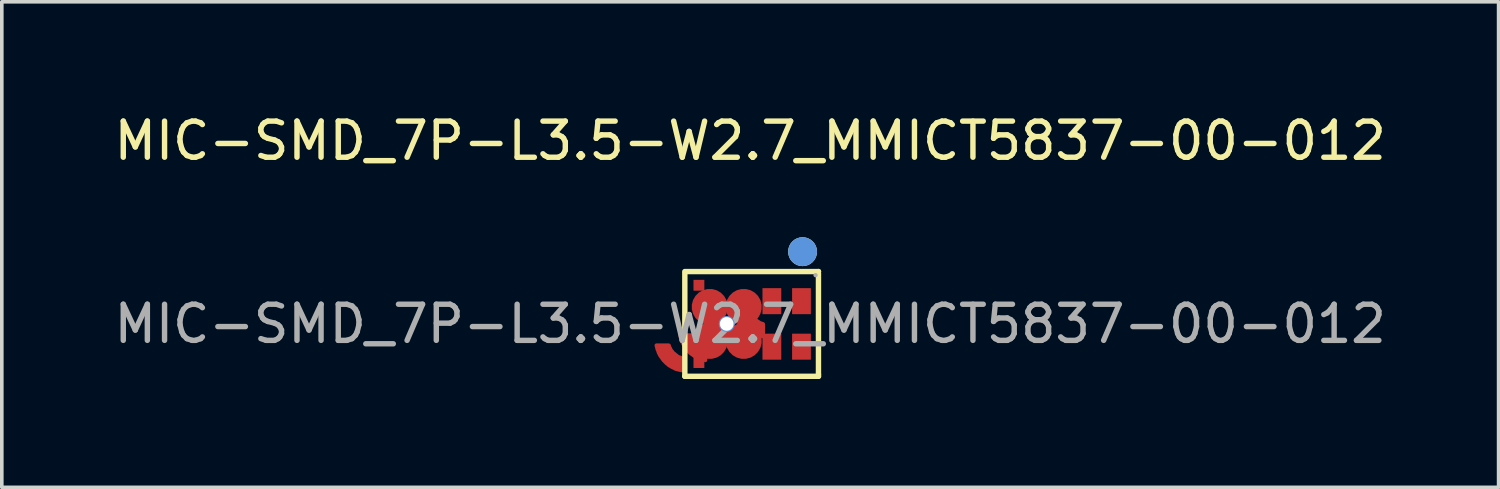
<source format=kicad_pcb>
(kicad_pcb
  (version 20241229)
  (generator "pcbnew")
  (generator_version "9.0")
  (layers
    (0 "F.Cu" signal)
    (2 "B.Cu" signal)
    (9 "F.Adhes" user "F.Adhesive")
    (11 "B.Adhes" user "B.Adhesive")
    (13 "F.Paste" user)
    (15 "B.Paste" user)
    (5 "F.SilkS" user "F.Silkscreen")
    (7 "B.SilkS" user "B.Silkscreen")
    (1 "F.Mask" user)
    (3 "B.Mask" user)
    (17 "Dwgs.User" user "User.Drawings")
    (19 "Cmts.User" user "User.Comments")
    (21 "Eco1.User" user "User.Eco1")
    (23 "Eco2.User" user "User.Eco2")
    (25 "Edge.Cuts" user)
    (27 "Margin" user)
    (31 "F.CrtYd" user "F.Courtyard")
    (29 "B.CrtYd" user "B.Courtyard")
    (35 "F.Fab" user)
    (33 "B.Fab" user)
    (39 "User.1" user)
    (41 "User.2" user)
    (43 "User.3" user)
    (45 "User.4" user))
  (footprint "MIC-SMD_7P-L3.5-W2.7_MMICT5837-00-012"
    (layer "F.Cu")
    (at 17.72 5.918)
    (property "Reference" "MIC-SMD_7P-L3.5-W2.7_MMICT5837-00-012" (at 0 -5.07 0) (layer "F.SilkS") (effects (font (size 1 1) (thickness 0.15))))
    (attr smd)
    (fp_line (start -1.81 -1.45) (end 1.89 -1.45) (stroke (width 0.15) (type solid)) (layer "F.SilkS"))
    (fp_line (start -1.81 -1.4) (end -1.81 1.45) (stroke (width 0.15) (type solid)) (layer "F.SilkS"))
    (fp_line (start -1.81 1.45) (end 1.89 1.45) (stroke (width 0.15) (type solid)) (layer "F.SilkS"))
    (fp_line (start 1.89 -1.45) (end 1.89 -1.45) (stroke (width 0.15) (type solid)) (layer "F.SilkS"))
    (fp_line (start 1.89 1.4) (end 1.89 -1.4) (stroke (width 0.15) (type solid)) (layer "F.SilkS"))
    (fp_line (start 1.89 1.45) (end 1.89 1.4) (stroke (width 0.15) (type solid)) (layer "F.SilkS"))
    (fp_circle (center 1.45 -2) (end 1.65 -2) (stroke (width 0.4) (type solid)) (fill no) (layer "F.SilkS"))
    (fp_circle (center -0.65 0) (end -0.58 0) (stroke (width 0.15) (type solid)) (fill no) (layer "Cmts.User"))
    (fp_circle (center 1.45 -2) (end 1.65 -2) (stroke (width 0.4) (type solid)) (fill no) (layer "Cmts.User"))
    (fp_circle (center 1.81 -1.35) (end 1.84 -1.35) (stroke (width 0.06) (type solid)) (fill no) (layer "F.Fab"))
    (fp_text user "${REFERENCE}" (at 0 0 0) (layer "F.Fab") (effects (font (size 1 1) (thickness 0.15))))
    (pad "" thru_hole circle (at -0.65 0) (size 0.38 0.38) (drill 0.38) (layers "*.Cu" "*.Mask"))
    (pad "1" smd rect (at 1.42 -0.63) (size 0.52 0.72) (layers "F.Cu" "F.Mask" "F.Paste"))
    (pad "2" smd rect (at 0.6 -0.63) (size 0.52 0.72) (layers "F.Cu" "F.Mask" "F.Paste"))
    (pad "3" smd custom (at -1.12 -0.47 90) (size 1 1) (layers "F.Cu" "F.Mask" "F.Paste") (options (anchor circle)) (primitives (gr_poly (pts (xy -0.82 -0.81) (xy -0.78 -0.82) (xy -0.78 -0.47) (xy -0.81 -0.46) (xy -0.84 -0.45) (xy -0.87 -0.44) (xy -0.9 -0.42) (xy -0.92 -0.4) (xy -0.95 -0.38) (xy -0.98 -0.36) (xy -1 -0.34) (xy -1.02 -0.32) (xy -1.04 -0.29) (xy -1.06 -0.27) (xy -1.08 -0.24) (xy -1.09 -0.21) (xy -1.11 -0.18) (xy -1.12 -0.15) (xy -1.13 -0.12) (xy -1.48 -0.12) (xy -1.47 -0.16) (xy -1.46 -0.2) (xy -1.45 -0.24) (xy -1.43 -0.28) (xy -1.42 -0.32) (xy -1.4 -0.36) (xy -1.38 -0.4) (xy -1.36 -0.43) (xy -1.33 -0.47) (xy -1.31 -0.5) (xy -1.28 -0.54) (xy -1.25 -0.57) (xy -1.22 -0.6) (xy -1.19 -0.63) (xy -1.16 -0.65) (xy -1.13 -0.68) (xy -1.09 -0.7) (xy -1.06 -0.72) (xy -1.02 -0.74) (xy -0.98 -0.76) (xy -0.94 -0.78) (xy -0.9 -0.79) (xy -0.86 -0.8) (xy -0.82 -0.81)) (width 0.1) (fill yes))))
    (pad "3" smd custom (at -1.12 0.47) (size 1 1) (layers "F.Cu" "F.Mask" "F.Paste") (options (anchor circle)) (primitives (gr_poly (pts (xy -1.47 0.16) (xy -1.48 0.12) (xy -1.13 0.12) (xy -1.12 0.15) (xy -1.11 0.18) (xy -1.09 0.21) (xy -1.08 0.24) (xy -1.06 0.27) (xy -1.04 0.29) (xy -1.02 0.32) (xy -1 0.34) (xy -0.97 0.36) (xy -0.95 0.38) (xy -0.92 0.4) (xy -0.9 0.42) (xy -0.87 0.44) (xy -0.84 0.45) (xy -0.81 0.46) (xy -0.78 0.47) (xy -0.78 0.82) (xy -0.82 0.81) (xy -0.86 0.8) (xy -0.9 0.79) (xy -0.94 0.78) (xy -0.98 0.76) (xy -1.02 0.74) (xy -1.06 0.72) (xy -1.09 0.7) (xy -1.13 0.68) (xy -1.16 0.65) (xy -1.19 0.63) (xy -1.22 0.6) (xy -1.25 0.57) (xy -1.28 0.54) (xy -1.31 0.5) (xy -1.33 0.47) (xy -1.36 0.43) (xy -1.38 0.4) (xy -1.4 0.36) (xy -1.42 0.32) (xy -1.43 0.28) (xy -1.45 0.24) (xy -1.46 0.2) (xy -1.47 0.16)) (width 0.1) (fill yes))))
    (pad "3" smd custom (at -0.18 -0.47 180) (size 1 1) (layers "F.Cu" "F.Mask" "F.Paste") (options (anchor circle)) (primitives (gr_poly (pts (xy 0.16 -0.16) (xy 0.16 -0.12) (xy -0.19 -0.12) (xy -0.2 -0.15) (xy -0.21 -0.18) (xy -0.22 -0.21) (xy -0.24 -0.24) (xy -0.25 -0.27) (xy -0.27 -0.29) (xy -0.29 -0.32) (xy -0.32 -0.34) (xy -0.34 -0.36) (xy -0.36 -0.38) (xy -0.39 -0.4) (xy -0.42 -0.42) (xy -0.45 -0.44) (xy -0.48 -0.45) (xy -0.51 -0.46) (xy -0.54 -0.47) (xy -0.54 -0.82) (xy -0.5 -0.81) (xy -0.45 -0.8) (xy -0.41 -0.79) (xy -0.37 -0.78) (xy -0.33 -0.76) (xy -0.3 -0.74) (xy -0.26 -0.72) (xy -0.22 -0.7) (xy -0.19 -0.68) (xy -0.15 -0.65) (xy -0.12 -0.63) (xy -0.09 -0.6) (xy -0.06 -0.57) (xy -0.03 -0.54) (xy 0 -0.5) (xy 0.02 -0.47) (xy 0.04 -0.43) (xy 0.07 -0.4) (xy 0.09 -0.36) (xy 0.1 -0.32) (xy 0.12 -0.28) (xy 0.13 -0.24) (xy 0.15 -0.2) (xy 0.16 -0.16)) (width 0.1) (fill yes))))
    (pad "3" smd custom (at -0.18 0.47 270) (size 1 1) (layers "F.Cu" "F.Mask" "F.Paste") (options (anchor circle)) (primitives (gr_poly (pts (xy -0.5 0.81) (xy -0.54 0.82) (xy -0.54 0.47) (xy -0.51 0.46) (xy -0.48 0.45) (xy -0.45 0.44) (xy -0.42 0.42) (xy -0.39 0.4) (xy -0.36 0.38) (xy -0.34 0.36) (xy -0.32 0.34) (xy -0.29 0.32) (xy -0.27 0.29) (xy -0.25 0.27) (xy -0.24 0.24) (xy -0.22 0.21) (xy -0.21 0.18) (xy -0.2 0.15) (xy -0.19 0.12) (xy 0.16 0.12) (xy 0.16 0.16) (xy 0.15 0.2) (xy 0.13 0.24) (xy 0.12 0.28) (xy 0.1 0.32) (xy 0.09 0.36) (xy 0.07 0.4) (xy 0.04 0.43) (xy 0.02 0.47) (xy 0 0.5) (xy -0.03 0.54) (xy -0.06 0.57) (xy -0.09 0.6) (xy -0.12 0.63) (xy -0.15 0.65) (xy -0.19 0.68) (xy -0.22 0.7) (xy -0.26 0.72) (xy -0.3 0.74) (xy -0.33 0.76) (xy -0.37 0.78) (xy -0.41 0.79) (xy -0.45 0.8) (xy -0.5 0.81)) (width 0.1) (fill yes))))
    (pad "4" smd rect (at -1.42 -1.07) (size 0.3 0.3) (layers "F.Cu" "F.Mask" "F.Paste"))
    (pad "5" smd rect (at -1.42 1.07) (size 0.3 0.3) (layers "F.Cu" "F.Mask" "F.Paste"))
    (pad "6" smd rect (at 0.6 0.63) (size 0.52 0.72) (layers "F.Cu" "F.Mask" "F.Paste"))
    (pad "7" smd rect (at 1.42 0.63) (size 0.52 0.72) (layers "F.Cu" "F.Mask" "F.Paste")))
  (gr_rect
    (start -3 -3)
    (end 38.44 10.443)
    (stroke (width 0.1) (type default))
    (fill no)
    (layer "Edge.Cuts")))
</source>
